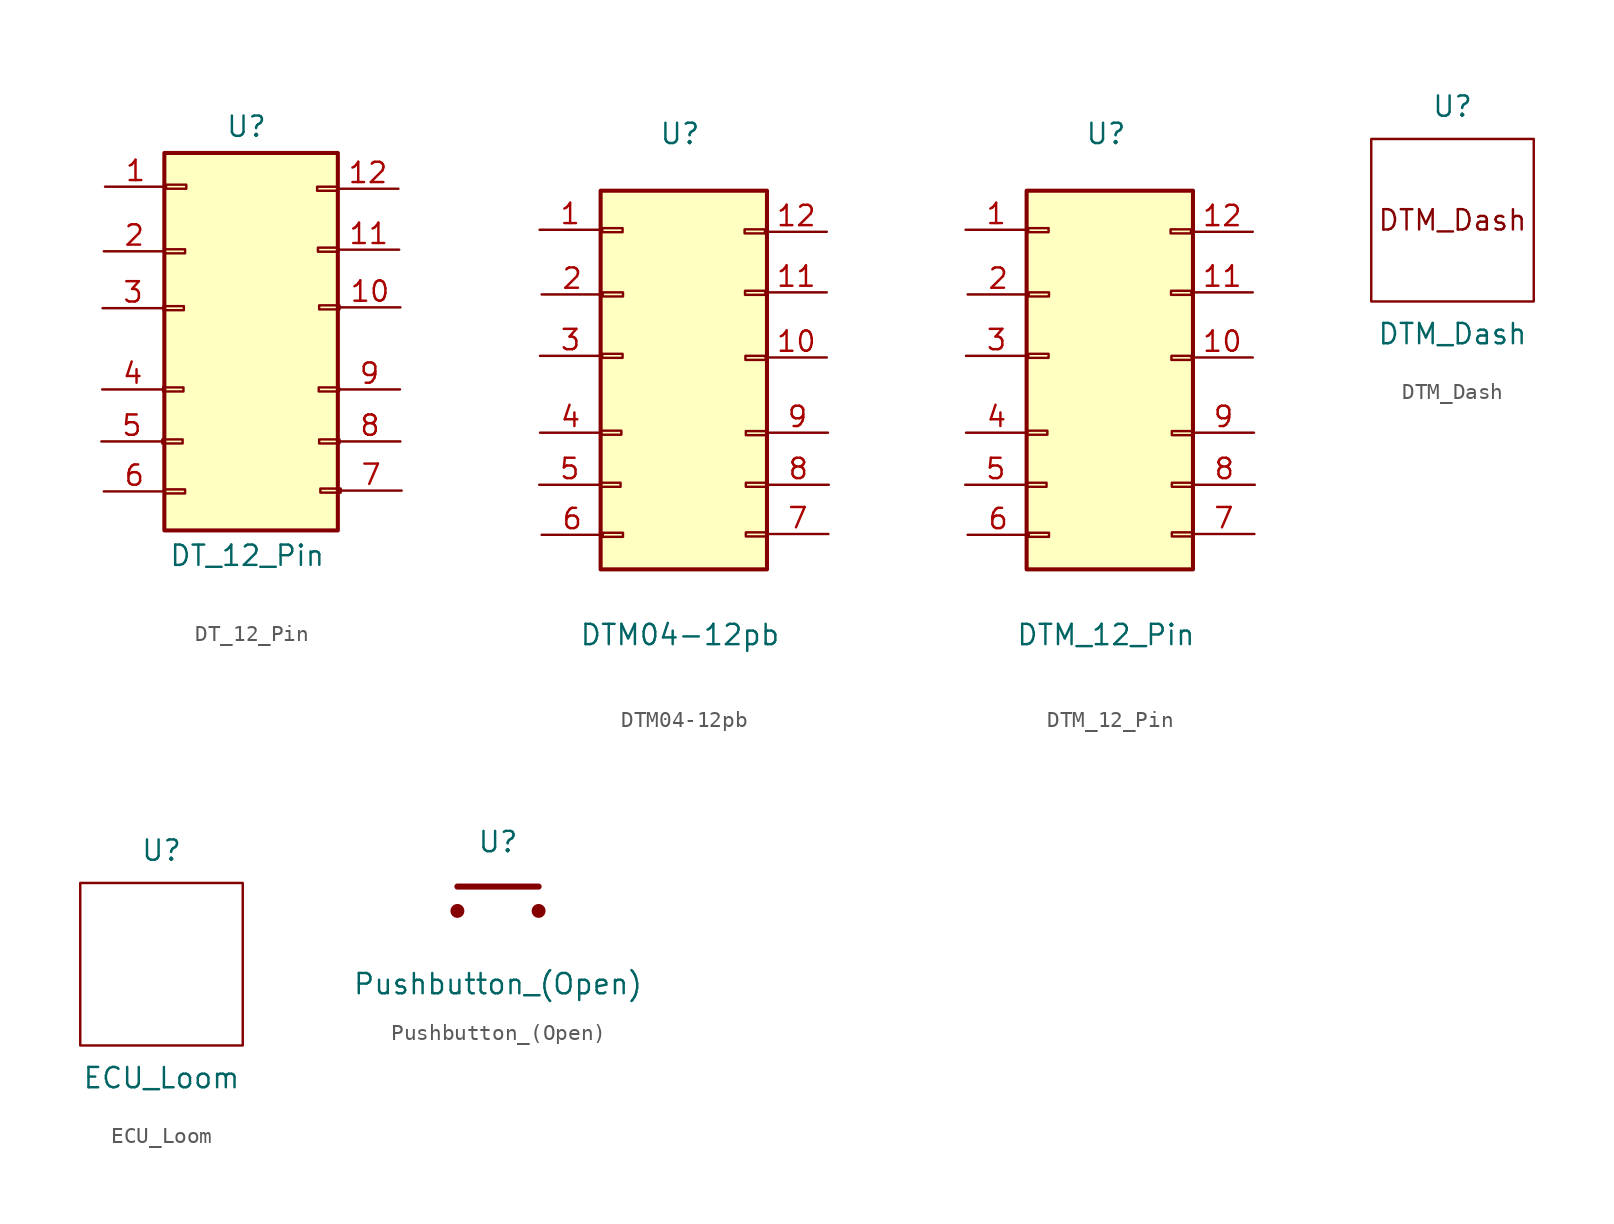
<source format=kicad_sym>
(kicad_symbol_lib
  (version 20211014)
  (generator kicad_symbol_editor)
  (symbol "DT_12_Pin"
    (pin_names hide)
    (property "Reference" "U"
      (at 0 14.122 0)
      (effects (font (size 1.27 1.27))))
    (property "Value" "DT_12_Pin"
      (at 0.051 -12.7 0)
      (effects (font (size 1.27 1.27))))
    (symbol "DT_12_Pin_1_1"
      (rectangle (start -5.258 -5.436) (end -3.988 -5.69) (stroke (width 0.152) (type default) (color 0 0 0 0)) (fill (type none)))
      (rectangle (start -5.207 -2.184) (end -3.937 -2.438) (stroke (width 0.152) (type default) (color 0 0 0 0)) (fill (type none)))
      (rectangle (start -5.182 2.896) (end -3.912 2.642) (stroke (width 0.152) (type default) (color 0 0 0 0)) (fill (type none)))
      (rectangle (start -5.131 12.471) (end 5.715 -11.125) (stroke (width 0.254) (type default) (color 0 0 0 0)) (fill (type background)))
      (rectangle (start -5.105 -8.56) (end -3.835 -8.814) (stroke (width 0.152) (type default) (color 0 0 0 0)) (fill (type none)))
      (rectangle (start -5.105 6.452) (end -3.835 6.198) (stroke (width 0.152) (type default) (color 0 0 0 0)) (fill (type none)))
      (rectangle (start -5.029 10.49) (end -3.759 10.236) (stroke (width 0.152) (type default) (color 0 0 0 0)) (fill (type none)))
      (rectangle (start 5.69 10.363) (end 4.42 10.109) (stroke (width 0.152) (type default) (color 0 0 0 0)) (fill (type none)))
      (rectangle (start 5.74 6.553) (end 4.47 6.299) (stroke (width 0.152) (type default) (color 0 0 0 0)) (fill (type none)))
      (rectangle (start 5.791 -2.184) (end 4.521 -2.438) (stroke (width 0.152) (type default) (color 0 0 0 0)) (fill (type none)))
      (rectangle (start 5.817 -5.436) (end 4.547 -5.69) (stroke (width 0.152) (type default) (color 0 0 0 0)) (fill (type none)))
      (rectangle (start 5.817 2.946) (end 4.547 2.692) (stroke (width 0.152) (type default) (color 0 0 0 0)) (fill (type none)))
      (rectangle (start 5.893 -8.509) (end 4.623 -8.763) (stroke (width 0.152) (type default) (color 0 0 0 0)) (fill (type none)))
      (pin passive line (at -8.839 10.363 0) (length 3.81) (name "Pin_1" (effects (font (size 1.27 1.27)))) (number "1" (effects (font (size 1.27 1.27)))))
      (pin passive line (at 9.627 2.819 180) (length 3.81) (name "Pin_10" (effects (font (size 1.27 1.27)))) (number "10" (effects (font (size 1.27 1.27)))))
      (pin passive line (at 9.55 6.426 180) (length 3.81) (name "Pin_11" (effects (font (size 1.27 1.27)))) (number "11" (effects (font (size 1.27 1.27)))))
      (pin passive line (at 9.5 10.236 180) (length 3.81) (name "Pin_12" (effects (font (size 1.27 1.27)))) (number "12" (effects (font (size 1.27 1.27)))))
      (pin passive line (at -8.915 6.325 0) (length 3.81) (name "Pin_2" (effects (font (size 1.27 1.27)))) (number "2" (effects (font (size 1.27 1.27)))))
      (pin passive line (at -8.992 2.769 0) (length 3.81) (name "Pin_3" (effects (font (size 1.27 1.27)))) (number "3" (effects (font (size 1.27 1.27)))))
      (pin passive line (at -9.017 -2.311 0) (length 3.81) (name "Pin_4" (effects (font (size 1.27 1.27)))) (number "4" (effects (font (size 1.27 1.27)))))
      (pin passive line (at -9.068 -5.563 0) (length 3.81) (name "Pin_5" (effects (font (size 1.27 1.27)))) (number "5" (effects (font (size 1.27 1.27)))))
      (pin passive line (at -8.915 -8.687 0) (length 3.81) (name "Pin_6" (effects (font (size 1.27 1.27)))) (number "6" (effects (font (size 1.27 1.27)))))
      (pin passive line (at 9.703 -8.636 180) (length 3.81) (name "Pin_7" (effects (font (size 1.27 1.27)))) (number "7" (effects (font (size 1.27 1.27)))))
      (pin passive line (at 9.627 -5.563 180) (length 3.81) (name "Pin_8" (effects (font (size 1.27 1.27)))) (number "8" (effects (font (size 1.27 1.27)))))
      (pin passive line (at 9.601 -2.311 180) (length 3.81) (name "Pin_9" (effects (font (size 1.27 1.27)))) (number "9" (effects (font (size 1.27 1.27)))))))
  (symbol "DTM04-12pb"
    (pin_names hide)
    (property "Reference" "U"
      (at 0.051 16.307 0)
      (effects (font (size 1.27 1.27))))
    (property "Value" "DTM04-12pb"
      (at 0.051 -14.986 0)
      (effects (font (size 1.27 1.27))))
    (symbol "DTM04-12pb_1_1"
      (rectangle (start -4.928 -5.486) (end -3.658 -5.74) (stroke (width 0.152) (type default) (color 0 0 0 0)) (fill (type none)))
      (rectangle (start -4.902 12.751) (end 5.486 -10.897) (stroke (width 0.254) (type default) (color 0 0 0 0)) (fill (type background)))
      (rectangle (start -4.877 -2.235) (end -3.607 -2.489) (stroke (width 0.152) (type default) (color 0 0 0 0)) (fill (type none)))
      (rectangle (start -4.801 2.565) (end -3.531 2.311) (stroke (width 0.152) (type default) (color 0 0 0 0)) (fill (type none)))
      (rectangle (start -4.801 10.414) (end -3.531 10.16) (stroke (width 0.152) (type default) (color 0 0 0 0)) (fill (type none)))
      (rectangle (start -4.775 -8.611) (end -3.505 -8.865) (stroke (width 0.152) (type default) (color 0 0 0 0)) (fill (type none)))
      (rectangle (start -4.775 6.401) (end -3.505 6.147) (stroke (width 0.152) (type default) (color 0 0 0 0)) (fill (type none)))
      (rectangle (start 5.359 10.338) (end 4.089 10.084) (stroke (width 0.152) (type default) (color 0 0 0 0)) (fill (type none)))
      (rectangle (start 5.385 6.502) (end 4.115 6.248) (stroke (width 0.152) (type default) (color 0 0 0 0)) (fill (type none)))
      (rectangle (start 5.41 2.438) (end 4.14 2.184) (stroke (width 0.152) (type default) (color 0 0 0 0)) (fill (type none)))
      (rectangle (start 5.436 -8.585) (end 4.166 -8.839) (stroke (width 0.152) (type default) (color 0 0 0 0)) (fill (type none)))
      (rectangle (start 5.436 -5.486) (end 4.166 -5.74) (stroke (width 0.152) (type default) (color 0 0 0 0)) (fill (type none)))
      (rectangle (start 5.436 -2.261) (end 4.166 -2.515) (stroke (width 0.152) (type default) (color 0 0 0 0)) (fill (type none)))
      (pin passive line (at -8.712 10.312 0) (length 3.81) (name "Pin_1" (effects (font (size 1.27 1.27)))) (number "1" (effects (font (size 1.27 1.27)))))
      (pin passive line (at 9.22 2.337 180) (length 3.81) (name "Pin_10" (effects (font (size 1.27 1.27)))) (number "10" (effects (font (size 1.27 1.27)))))
      (pin passive line (at 9.22 6.401 180) (length 3.81) (name "Pin_11" (effects (font (size 1.27 1.27)))) (number "11" (effects (font (size 1.27 1.27)))))
      (pin passive line (at 9.22 10.185 180) (length 3.81) (name "Pin_12" (effects (font (size 1.27 1.27)))) (number "12" (effects (font (size 1.27 1.27)))))
      (pin passive line (at -8.585 6.274 0) (length 3.81) (name "Pin_2" (effects (font (size 1.27 1.27)))) (number "2" (effects (font (size 1.27 1.27)))))
      (pin passive line (at -8.687 2.438 0) (length 3.81) (name "Pin_3" (effects (font (size 1.27 1.27)))) (number "3" (effects (font (size 1.27 1.27)))))
      (pin passive line (at -8.687 -2.362 0) (length 3.81) (name "Pin_4" (effects (font (size 1.27 1.27)))) (number "4" (effects (font (size 1.27 1.27)))))
      (pin passive line (at -8.738 -5.613 0) (length 3.81) (name "Pin_5" (effects (font (size 1.27 1.27)))) (number "5" (effects (font (size 1.27 1.27)))))
      (pin passive line (at -8.585 -8.738 0) (length 3.81) (name "Pin_6" (effects (font (size 1.27 1.27)))) (number "6" (effects (font (size 1.27 1.27)))))
      (pin passive line (at 9.322 -8.687 180) (length 3.81) (name "Pin_7" (effects (font (size 1.27 1.27)))) (number "7" (effects (font (size 1.27 1.27)))))
      (pin passive line (at 9.347 -5.613 180) (length 3.81) (name "Pin_8" (effects (font (size 1.27 1.27)))) (number "8" (effects (font (size 1.27 1.27)))))
      (pin passive line (at 9.296 -2.362 180) (length 3.81) (name "Pin_9" (effects (font (size 1.27 1.27)))) (number "9" (effects (font (size 1.27 1.27)))))))
  (symbol "DTM_12_Pin"
    (pin_names hide)
    (property "Reference" "U"
      (at 0.051 16.307 0)
      (effects (font (size 1.27 1.27))))
    (property "Value" "DTM_12_Pin"
      (at 0.051 -14.986 0)
      (effects (font (size 1.27 1.27))))
    (symbol "DTM_12_Pin_1_1"
      (rectangle (start -4.928 -5.486) (end -3.658 -5.74) (stroke (width 0.152) (type default) (color 0 0 0 0)) (fill (type none)))
      (rectangle (start -4.902 12.751) (end 5.486 -10.897) (stroke (width 0.254) (type default) (color 0 0 0 0)) (fill (type background)))
      (rectangle (start -4.877 -2.235) (end -3.607 -2.489) (stroke (width 0.152) (type default) (color 0 0 0 0)) (fill (type none)))
      (rectangle (start -4.801 2.565) (end -3.531 2.311) (stroke (width 0.152) (type default) (color 0 0 0 0)) (fill (type none)))
      (rectangle (start -4.801 10.414) (end -3.531 10.16) (stroke (width 0.152) (type default) (color 0 0 0 0)) (fill (type none)))
      (rectangle (start -4.775 -8.611) (end -3.505 -8.865) (stroke (width 0.152) (type default) (color 0 0 0 0)) (fill (type none)))
      (rectangle (start -4.775 6.401) (end -3.505 6.147) (stroke (width 0.152) (type default) (color 0 0 0 0)) (fill (type none)))
      (rectangle (start 5.359 10.338) (end 4.089 10.084) (stroke (width 0.152) (type default) (color 0 0 0 0)) (fill (type none)))
      (rectangle (start 5.385 6.502) (end 4.115 6.248) (stroke (width 0.152) (type default) (color 0 0 0 0)) (fill (type none)))
      (rectangle (start 5.41 2.438) (end 4.14 2.184) (stroke (width 0.152) (type default) (color 0 0 0 0)) (fill (type none)))
      (rectangle (start 5.436 -8.585) (end 4.166 -8.839) (stroke (width 0.152) (type default) (color 0 0 0 0)) (fill (type none)))
      (rectangle (start 5.436 -5.486) (end 4.166 -5.74) (stroke (width 0.152) (type default) (color 0 0 0 0)) (fill (type none)))
      (rectangle (start 5.436 -2.261) (end 4.166 -2.515) (stroke (width 0.152) (type default) (color 0 0 0 0)) (fill (type none)))
      (pin passive line (at -8.712 10.312 0) (length 3.81) (name "Pin_1" (effects (font (size 1.27 1.27)))) (number "1" (effects (font (size 1.27 1.27)))))
      (pin passive line (at 9.22 2.337 180) (length 3.81) (name "Pin_10" (effects (font (size 1.27 1.27)))) (number "10" (effects (font (size 1.27 1.27)))))
      (pin passive line (at 9.22 6.401 180) (length 3.81) (name "Pin_11" (effects (font (size 1.27 1.27)))) (number "11" (effects (font (size 1.27 1.27)))))
      (pin passive line (at 9.22 10.185 180) (length 3.81) (name "Pin_12" (effects (font (size 1.27 1.27)))) (number "12" (effects (font (size 1.27 1.27)))))
      (pin passive line (at -8.585 6.274 0) (length 3.81) (name "Pin_2" (effects (font (size 1.27 1.27)))) (number "2" (effects (font (size 1.27 1.27)))))
      (pin passive line (at -8.687 2.438 0) (length 3.81) (name "Pin_3" (effects (font (size 1.27 1.27)))) (number "3" (effects (font (size 1.27 1.27)))))
      (pin passive line (at -8.687 -2.362 0) (length 3.81) (name "Pin_4" (effects (font (size 1.27 1.27)))) (number "4" (effects (font (size 1.27 1.27)))))
      (pin passive line (at -8.738 -5.613 0) (length 3.81) (name "Pin_5" (effects (font (size 1.27 1.27)))) (number "5" (effects (font (size 1.27 1.27)))))
      (pin passive line (at -8.585 -8.738 0) (length 3.81) (name "Pin_6" (effects (font (size 1.27 1.27)))) (number "6" (effects (font (size 1.27 1.27)))))
      (pin passive line (at 9.322 -8.687 180) (length 3.81) (name "Pin_7" (effects (font (size 1.27 1.27)))) (number "7" (effects (font (size 1.27 1.27)))))
      (pin passive line (at 9.347 -5.613 180) (length 3.81) (name "Pin_8" (effects (font (size 1.27 1.27)))) (number "8" (effects (font (size 1.27 1.27)))))
      (pin passive line (at 9.296 -2.362 180) (length 3.81) (name "Pin_9" (effects (font (size 1.27 1.27)))) (number "9" (effects (font (size 1.27 1.27)))))))
  (symbol "DTM_Dash"
    (property "Reference" "U"
      (at 0 7.112 0)
      (effects (font (size 1.27 1.27))))
    (property "Value" "DTM_Dash"
      (at 0 -7.112 0)
      (effects (font (size 1.27 1.27))))
    (symbol "DTM_Dash_0_0"
      (rectangle (start -5.08 5.08) (end 5.08 -5.08) (stroke (width 0) (type default) (color 0 0 0 0)) (fill (type none)))
      (text "DTM_Dash" (at 0 0 0) (effects (font (size 1.27 1.27))))))
  (symbol "ECU_Loom"
    (property "Reference" "U"
      (at 0 7.112 0)
      (effects (font (size 1.27 1.27))))
    (property "Value" "ECU_Loom"
      (at 0 -7.112 0)
      (effects (font (size 1.27 1.27))))
    (symbol "ECU_Loom_0_0"
      (rectangle (start -5.08 5.08) (end 5.08 -5.08) (stroke (width 0) (type default) (color 0 0 0 0)) (fill (type none)))))
  (symbol "Pushbutton_(Open)"
    (property "Reference" "U"
      (at 0 4.318 0)
      (effects (font (size 1.27 1.27))))
    (property "Value" "Pushbutton_(Open)"
      (at 0 -4.572 0)
      (effects (font (size 1.27 1.27))))
    (symbol "Pushbutton_(Open)_0_1"
      (circle (center -2.54 0) (radius 0.359) (stroke (width 0) (type default) (color 0 0 0 0)) (fill (type outline)))
      (polyline (pts (xy -2.54 1.524) (xy 2.54 1.524)) (stroke (width 0.381) (type default) (color 0 0 0 0)) (fill (type none)))
      (circle (center 2.54 0) (radius 0.359) (stroke (width 0) (type default) (color 0 0 0 0)) (fill (type outline))))
    (symbol "Pushbutton_(Open)_1_1"
      (pin input line (at -2.54 0 0) (length 0) (name "" (effects (font (size 1.27 1.27)))) (number "" (effects (font (size 1.27 1.27)))))
      (pin input line (at 2.54 0 0) (length 0) (name "" (effects (font (size 1.27 1.27)))) (number "" (effects (font (size 1.27 1.27))))))))
</source>
